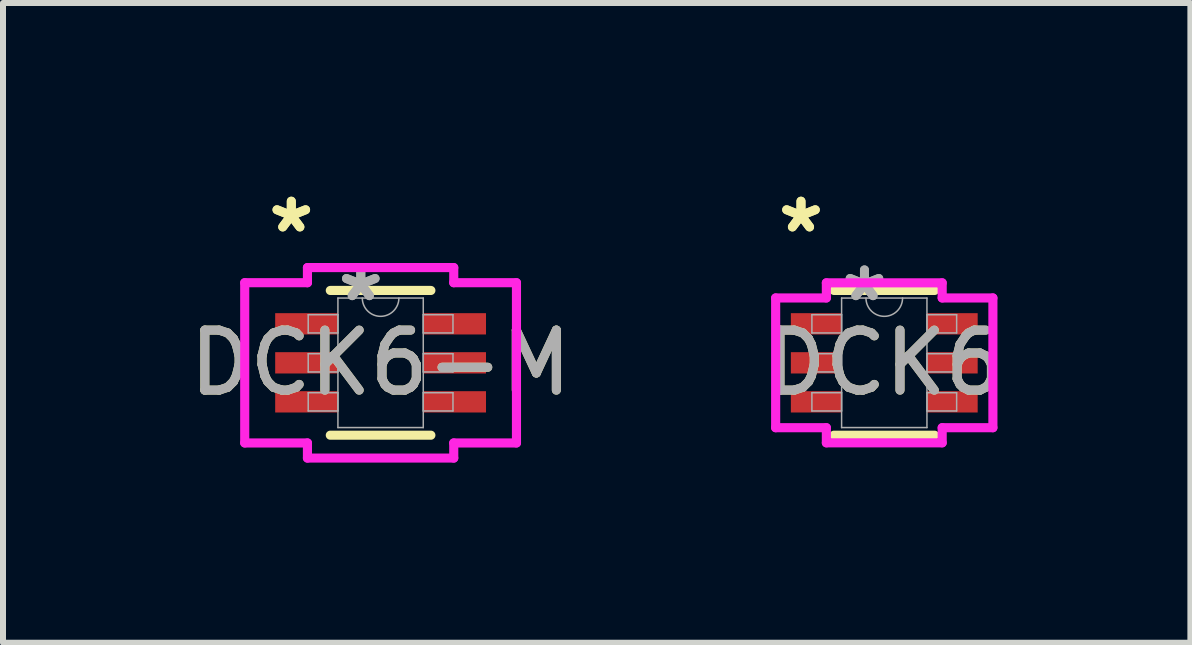
<source format=kicad_pcb>
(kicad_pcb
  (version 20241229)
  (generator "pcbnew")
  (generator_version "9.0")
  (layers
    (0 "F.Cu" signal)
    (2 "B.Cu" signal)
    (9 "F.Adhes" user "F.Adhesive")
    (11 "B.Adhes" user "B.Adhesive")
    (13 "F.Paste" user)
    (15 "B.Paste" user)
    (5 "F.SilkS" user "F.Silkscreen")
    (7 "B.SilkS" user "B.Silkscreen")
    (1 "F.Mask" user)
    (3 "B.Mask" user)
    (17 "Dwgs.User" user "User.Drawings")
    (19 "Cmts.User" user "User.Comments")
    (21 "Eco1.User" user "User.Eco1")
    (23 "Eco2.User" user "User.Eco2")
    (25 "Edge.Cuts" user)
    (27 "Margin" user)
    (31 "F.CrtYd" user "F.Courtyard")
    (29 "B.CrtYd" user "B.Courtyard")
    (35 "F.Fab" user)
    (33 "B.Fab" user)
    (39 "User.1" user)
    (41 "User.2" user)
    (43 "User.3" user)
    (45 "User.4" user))
  (footprint "DCK6"
    (layer "F.Cu")
    (at 11.685 2.996)
    (property "Reference" "DCK6" (at 0 0 0) (unlocked yes) (layer "F.SilkS") (effects (font (size 1 1) (thickness 0.15))))
    (attr smd)
    (fp_line (start -0.838 1.206) (end 0.838 1.206) (stroke (width 0.152) (type solid)) (layer "F.SilkS"))
    (fp_line (start 0.838 -1.206) (end -0.838 -1.206) (stroke (width 0.152) (type solid)) (layer "F.SilkS"))
    (fp_line (start -1.81 -1.081) (end -0.965 -1.081) (stroke (width 0.152) (type solid)) (layer "F.CrtYd"))
    (fp_line (start -1.81 1.081) (end -1.81 -1.081) (stroke (width 0.152) (type solid)) (layer "F.CrtYd"))
    (fp_line (start -1.81 1.081) (end -0.965 1.081) (stroke (width 0.152) (type solid)) (layer "F.CrtYd"))
    (fp_line (start -0.965 -1.333) (end 0.965 -1.333) (stroke (width 0.152) (type solid)) (layer "F.CrtYd"))
    (fp_line (start -0.965 -1.081) (end -0.965 -1.333) (stroke (width 0.152) (type solid)) (layer "F.CrtYd"))
    (fp_line (start -0.965 1.333) (end -0.965 1.081) (stroke (width 0.152) (type solid)) (layer "F.CrtYd"))
    (fp_line (start 0.965 -1.333) (end 0.965 -1.081) (stroke (width 0.152) (type solid)) (layer "F.CrtYd"))
    (fp_line (start 0.965 1.081) (end 0.965 1.333) (stroke (width 0.152) (type solid)) (layer "F.CrtYd"))
    (fp_line (start 0.965 1.333) (end -0.965 1.333) (stroke (width 0.152) (type solid)) (layer "F.CrtYd"))
    (fp_line (start 1.81 -1.081) (end 0.965 -1.081) (stroke (width 0.152) (type solid)) (layer "F.CrtYd"))
    (fp_line (start 1.81 -1.081) (end 1.81 1.081) (stroke (width 0.152) (type solid)) (layer "F.CrtYd"))
    (fp_line (start 1.81 1.081) (end 0.965 1.081) (stroke (width 0.152) (type solid)) (layer "F.CrtYd"))
    (fp_line (start -1.206 -0.802) (end -1.206 -0.498) (stroke (width 0.025) (type solid)) (layer "F.Fab"))
    (fp_line (start -1.206 -0.498) (end -0.711 -0.498) (stroke (width 0.025) (type solid)) (layer "F.Fab"))
    (fp_line (start -1.206 -0.152) (end -1.206 0.152) (stroke (width 0.025) (type solid)) (layer "F.Fab"))
    (fp_line (start -1.206 0.152) (end -0.711 0.152) (stroke (width 0.025) (type solid)) (layer "F.Fab"))
    (fp_line (start -1.206 0.498) (end -1.206 0.802) (stroke (width 0.025) (type solid)) (layer "F.Fab"))
    (fp_line (start -1.206 0.802) (end -0.711 0.802) (stroke (width 0.025) (type solid)) (layer "F.Fab"))
    (fp_line (start -0.711 -1.079) (end -0.711 1.079) (stroke (width 0.025) (type solid)) (layer "F.Fab"))
    (fp_line (start -0.711 -0.802) (end -1.206 -0.802) (stroke (width 0.025) (type solid)) (layer "F.Fab"))
    (fp_line (start -0.711 -0.498) (end -0.711 -0.802) (stroke (width 0.025) (type solid)) (layer "F.Fab"))
    (fp_line (start -0.711 -0.152) (end -1.206 -0.152) (stroke (width 0.025) (type solid)) (layer "F.Fab"))
    (fp_line (start -0.711 0.152) (end -0.711 -0.152) (stroke (width 0.025) (type solid)) (layer "F.Fab"))
    (fp_line (start -0.711 0.498) (end -1.206 0.498) (stroke (width 0.025) (type solid)) (layer "F.Fab"))
    (fp_line (start -0.711 0.802) (end -0.711 0.498) (stroke (width 0.025) (type solid)) (layer "F.Fab"))
    (fp_line (start -0.711 1.079) (end 0.711 1.079) (stroke (width 0.025) (type solid)) (layer "F.Fab"))
    (fp_line (start 0.711 -1.079) (end -0.711 -1.079) (stroke (width 0.025) (type solid)) (layer "F.Fab"))
    (fp_line (start 0.711 -0.802) (end 0.711 -0.498) (stroke (width 0.025) (type solid)) (layer "F.Fab"))
    (fp_line (start 0.711 -0.498) (end 1.206 -0.498) (stroke (width 0.025) (type solid)) (layer "F.Fab"))
    (fp_line (start 0.711 -0.152) (end 0.711 0.152) (stroke (width 0.025) (type solid)) (layer "F.Fab"))
    (fp_line (start 0.711 0.152) (end 1.206 0.152) (stroke (width 0.025) (type solid)) (layer "F.Fab"))
    (fp_line (start 0.711 0.498) (end 0.711 0.802) (stroke (width 0.025) (type solid)) (layer "F.Fab"))
    (fp_line (start 0.711 0.802) (end 1.206 0.802) (stroke (width 0.025) (type solid)) (layer "F.Fab"))
    (fp_line (start 0.711 1.079) (end 0.711 -1.079) (stroke (width 0.025) (type solid)) (layer "F.Fab"))
    (fp_line (start 1.206 -0.802) (end 0.711 -0.802) (stroke (width 0.025) (type solid)) (layer "F.Fab"))
    (fp_line (start 1.206 -0.498) (end 1.206 -0.802) (stroke (width 0.025) (type solid)) (layer "F.Fab"))
    (fp_line (start 1.206 -0.152) (end 0.711 -0.152) (stroke (width 0.025) (type solid)) (layer "F.Fab"))
    (fp_line (start 1.206 0.152) (end 1.206 -0.152) (stroke (width 0.025) (type solid)) (layer "F.Fab"))
    (fp_line (start 1.206 0.498) (end 0.711 0.498) (stroke (width 0.025) (type solid)) (layer "F.Fab"))
    (fp_line (start 1.206 0.802) (end 1.206 0.498) (stroke (width 0.025) (type solid)) (layer "F.Fab"))
    (fp_arc (start 0.3048 -1.0795) (mid 0 -0.7747) (end -0.3048 -1.0795) (stroke (width 0.0254) (type solid)) (layer "F.Fab"))
    (fp_text user "*" (at -1.388 -2.148 0) (layer "F.SilkS") (effects (font (size 1 1) (thickness 0.15))))
    (fp_text user "*" (at -1.388 -2.148 0) (unlocked yes) (layer "F.SilkS") (effects (font (size 1 1) (thickness 0.15))))
    (fp_text user "*" (at -0.33 -1.003 0) (unlocked yes) (layer "F.Fab") (effects (font (size 1 1) (thickness 0.15))))
    (fp_text user "*" (at -0.33 -1.003 0) (layer "F.Fab") (effects (font (size 1 1) (thickness 0.15))))
    (fp_text user "${REFERENCE}" (at 0 0 0) (unlocked yes) (layer "F.Fab") (effects (font (size 1 1) (thickness 0.15))))
    (pad "1" smd rect (at -1.134 -0.65) (size 0.845 0.355) (layers "F.Cu" "F.Mask" "F.Paste"))
    (pad "2" smd rect (at -1.134 0) (size 0.845 0.355) (layers "F.Cu" "F.Mask" "F.Paste"))
    (pad "3" smd rect (at -1.134 0.65) (size 0.845 0.355) (layers "F.Cu" "F.Mask" "F.Paste"))
    (pad "4" smd rect (at 1.134 0.65) (size 0.845 0.355) (layers "F.Cu" "F.Mask" "F.Paste"))
    (pad "5" smd rect (at 1.134 0) (size 0.845 0.355) (layers "F.Cu" "F.Mask" "F.Paste"))
    (pad "6" smd rect (at 1.134 -0.65) (size 0.845 0.355) (layers "F.Cu" "F.Mask" "F.Paste")))
  (footprint "DCK6-M"
    (layer "F.Cu")
    (at 3.292 2.996)
    (property "Reference" "DCK6-M" (at 0 0 0) (unlocked yes) (layer "F.SilkS") (effects (font (size 1 1) (thickness 0.15))))
    (attr smd)
    (fp_line (start -0.838 1.206) (end 0.838 1.206) (stroke (width 0.152) (type solid)) (layer "F.SilkS"))
    (fp_line (start 0.838 -1.206) (end -0.838 -1.206) (stroke (width 0.152) (type solid)) (layer "F.SilkS"))
    (fp_line (start -2.264 -1.335) (end -1.219 -1.335) (stroke (width 0.152) (type solid)) (layer "F.CrtYd"))
    (fp_line (start -2.264 1.335) (end -2.264 -1.335) (stroke (width 0.152) (type solid)) (layer "F.CrtYd"))
    (fp_line (start -2.264 1.335) (end -1.219 1.335) (stroke (width 0.152) (type solid)) (layer "F.CrtYd"))
    (fp_line (start -1.219 -1.587) (end 1.219 -1.587) (stroke (width 0.152) (type solid)) (layer "F.CrtYd"))
    (fp_line (start -1.219 -1.335) (end -1.219 -1.587) (stroke (width 0.152) (type solid)) (layer "F.CrtYd"))
    (fp_line (start -1.219 1.587) (end -1.219 1.335) (stroke (width 0.152) (type solid)) (layer "F.CrtYd"))
    (fp_line (start 1.219 -1.587) (end 1.219 -1.335) (stroke (width 0.152) (type solid)) (layer "F.CrtYd"))
    (fp_line (start 1.219 1.335) (end 1.219 1.587) (stroke (width 0.152) (type solid)) (layer "F.CrtYd"))
    (fp_line (start 1.219 1.587) (end -1.219 1.587) (stroke (width 0.152) (type solid)) (layer "F.CrtYd"))
    (fp_line (start 2.264 -1.335) (end 1.219 -1.335) (stroke (width 0.152) (type solid)) (layer "F.CrtYd"))
    (fp_line (start 2.264 -1.335) (end 2.264 1.335) (stroke (width 0.152) (type solid)) (layer "F.CrtYd"))
    (fp_line (start 2.264 1.335) (end 1.219 1.335) (stroke (width 0.152) (type solid)) (layer "F.CrtYd"))
    (fp_line (start -1.206 -0.802) (end -1.206 -0.498) (stroke (width 0.025) (type solid)) (layer "F.Fab"))
    (fp_line (start -1.206 -0.498) (end -0.711 -0.498) (stroke (width 0.025) (type solid)) (layer "F.Fab"))
    (fp_line (start -1.206 -0.152) (end -1.206 0.152) (stroke (width 0.025) (type solid)) (layer "F.Fab"))
    (fp_line (start -1.206 0.152) (end -0.711 0.152) (stroke (width 0.025) (type solid)) (layer "F.Fab"))
    (fp_line (start -1.206 0.498) (end -1.206 0.802) (stroke (width 0.025) (type solid)) (layer "F.Fab"))
    (fp_line (start -1.206 0.802) (end -0.711 0.802) (stroke (width 0.025) (type solid)) (layer "F.Fab"))
    (fp_line (start -0.711 -1.079) (end -0.711 1.079) (stroke (width 0.025) (type solid)) (layer "F.Fab"))
    (fp_line (start -0.711 -0.802) (end -1.206 -0.802) (stroke (width 0.025) (type solid)) (layer "F.Fab"))
    (fp_line (start -0.711 -0.498) (end -0.711 -0.802) (stroke (width 0.025) (type solid)) (layer "F.Fab"))
    (fp_line (start -0.711 -0.152) (end -1.206 -0.152) (stroke (width 0.025) (type solid)) (layer "F.Fab"))
    (fp_line (start -0.711 0.152) (end -0.711 -0.152) (stroke (width 0.025) (type solid)) (layer "F.Fab"))
    (fp_line (start -0.711 0.498) (end -1.206 0.498) (stroke (width 0.025) (type solid)) (layer "F.Fab"))
    (fp_line (start -0.711 0.802) (end -0.711 0.498) (stroke (width 0.025) (type solid)) (layer "F.Fab"))
    (fp_line (start -0.711 1.079) (end 0.711 1.079) (stroke (width 0.025) (type solid)) (layer "F.Fab"))
    (fp_line (start 0.711 -1.079) (end -0.711 -1.079) (stroke (width 0.025) (type solid)) (layer "F.Fab"))
    (fp_line (start 0.711 -0.802) (end 0.711 -0.498) (stroke (width 0.025) (type solid)) (layer "F.Fab"))
    (fp_line (start 0.711 -0.498) (end 1.206 -0.498) (stroke (width 0.025) (type solid)) (layer "F.Fab"))
    (fp_line (start 0.711 -0.152) (end 0.711 0.152) (stroke (width 0.025) (type solid)) (layer "F.Fab"))
    (fp_line (start 0.711 0.152) (end 1.206 0.152) (stroke (width 0.025) (type solid)) (layer "F.Fab"))
    (fp_line (start 0.711 0.498) (end 0.711 0.802) (stroke (width 0.025) (type solid)) (layer "F.Fab"))
    (fp_line (start 0.711 0.802) (end 1.206 0.802) (stroke (width 0.025) (type solid)) (layer "F.Fab"))
    (fp_line (start 0.711 1.079) (end 0.711 -1.079) (stroke (width 0.025) (type solid)) (layer "F.Fab"))
    (fp_line (start 1.206 -0.802) (end 0.711 -0.802) (stroke (width 0.025) (type solid)) (layer "F.Fab"))
    (fp_line (start 1.206 -0.498) (end 1.206 -0.802) (stroke (width 0.025) (type solid)) (layer "F.Fab"))
    (fp_line (start 1.206 -0.152) (end 0.711 -0.152) (stroke (width 0.025) (type solid)) (layer "F.Fab"))
    (fp_line (start 1.206 0.152) (end 1.206 -0.152) (stroke (width 0.025) (type solid)) (layer "F.Fab"))
    (fp_line (start 1.206 0.498) (end 0.711 0.498) (stroke (width 0.025) (type solid)) (layer "F.Fab"))
    (fp_line (start 1.206 0.802) (end 1.206 0.498) (stroke (width 0.025) (type solid)) (layer "F.Fab"))
    (fp_arc (start 0.3048 -1.0795) (mid 0 -0.7747) (end -0.3048 -1.0795) (stroke (width 0.0254) (type solid)) (layer "F.Fab"))
    (fp_text user "*" (at -1.488 -2.148 0) (unlocked yes) (layer "F.SilkS") (effects (font (size 1 1) (thickness 0.15))))
    (fp_text user "*" (at -1.488 -2.148 0) (layer "F.SilkS") (effects (font (size 1 1) (thickness 0.15))))
    (fp_text user "*" (at -0.33 -1.003 0) (unlocked yes) (layer "F.Fab") (effects (font (size 1 1) (thickness 0.15))))
    (fp_text user "${REFERENCE}" (at 0 0 0) (unlocked yes) (layer "F.Fab") (effects (font (size 1 1) (thickness 0.15))))
    (fp_text user "*" (at -0.33 -1.003 0) (layer "F.Fab") (effects (font (size 1 1) (thickness 0.15))))
    (pad "1" smd rect (at -1.234 -0.65) (size 1.045 0.355) (layers "F.Cu" "F.Mask" "F.Paste"))
    (pad "2" smd rect (at -1.234 0) (size 1.045 0.355) (layers "F.Cu" "F.Mask" "F.Paste"))
    (pad "3" smd rect (at -1.234 0.65) (size 1.045 0.355) (layers "F.Cu" "F.Mask" "F.Paste"))
    (pad "4" smd rect (at 1.234 0.65) (size 1.045 0.355) (layers "F.Cu" "F.Mask" "F.Paste"))
    (pad "5" smd rect (at 1.234 0) (size 1.045 0.355) (layers "F.Cu" "F.Mask" "F.Paste"))
    (pad "6" smd rect (at 1.234 -0.65) (size 1.045 0.355) (layers "F.Cu" "F.Mask" "F.Paste")))
  (gr_rect
    (start -3 -3)
    (end 16.786 7.66)
    (stroke (width 0.1) (type default))
    (fill no)
    (layer "Edge.Cuts")))
</source>
